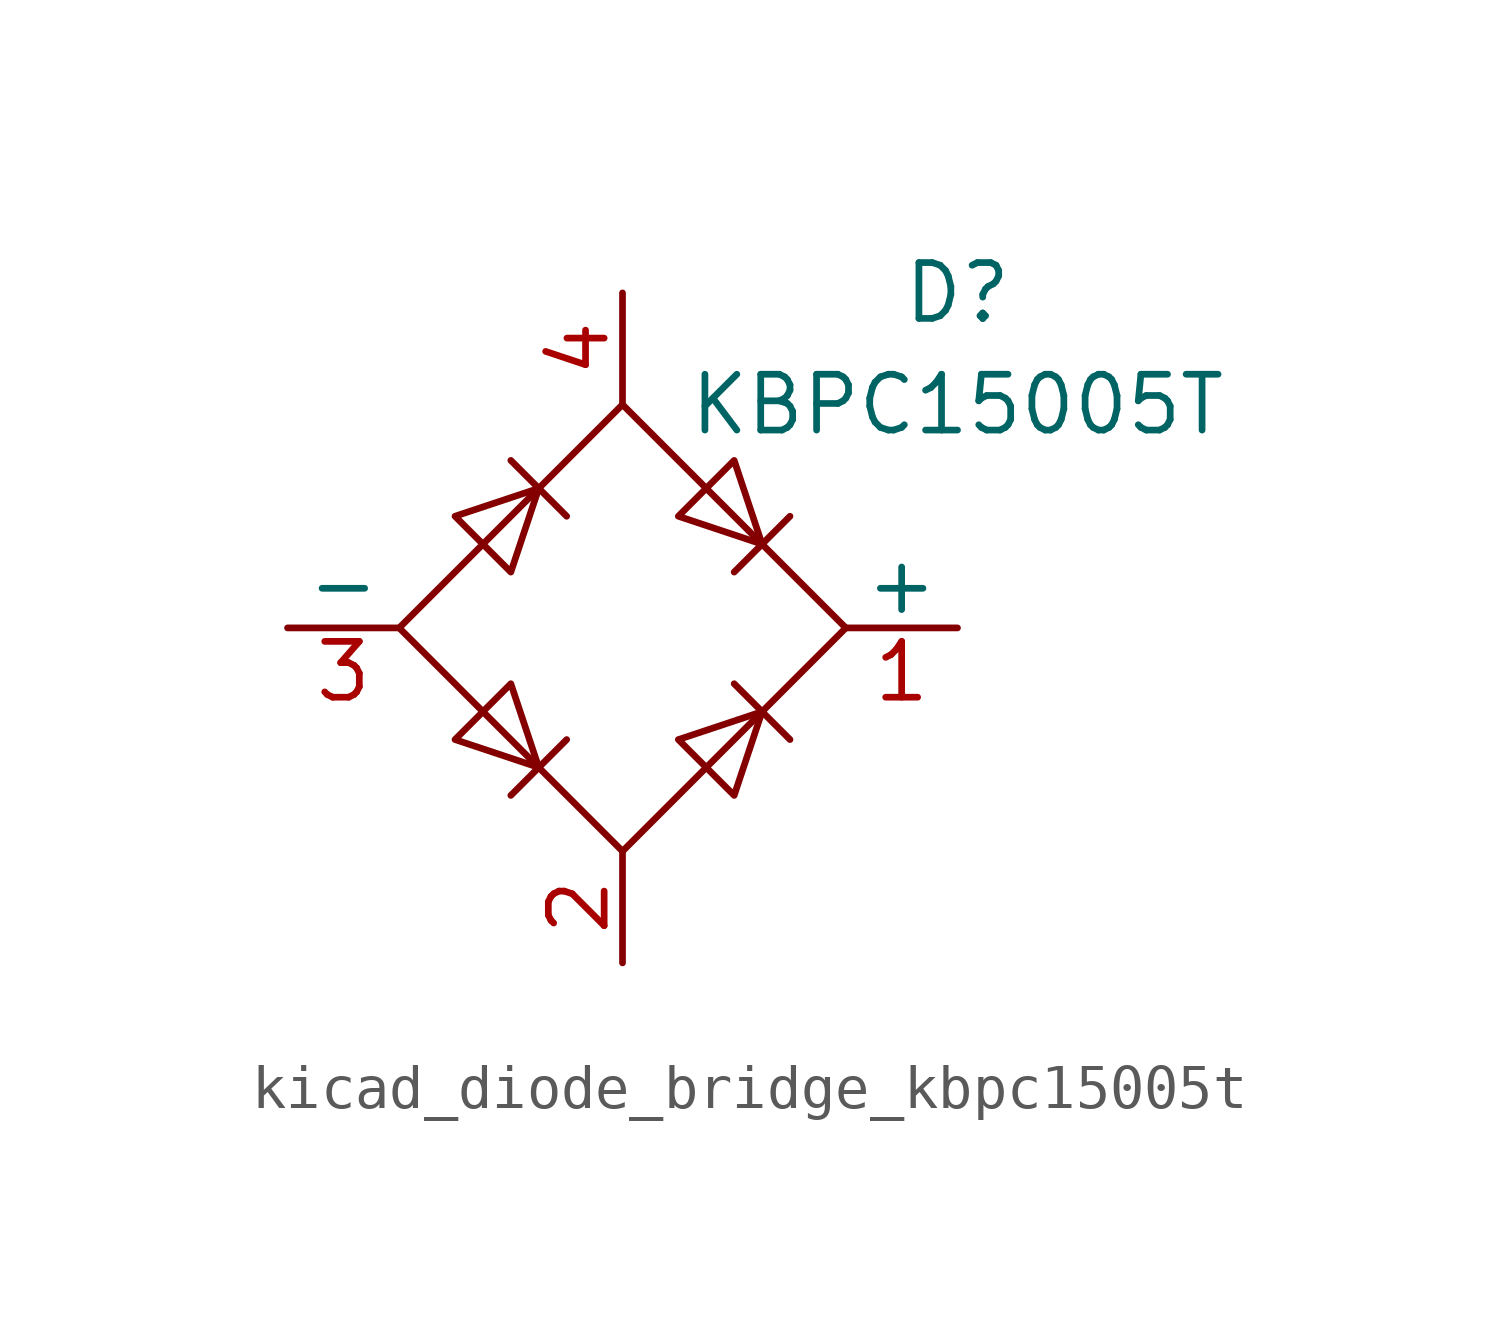
<source format=kicad_sym>
(kicad_symbol_lib
  (version 20220914)
  (generator kicad_symbol_editor)
  (symbol "kicad_diode_bridge_kbpc15005t"
    (pin_names
      (offset 0))
    (property "Reference" "D"
      (at 7.62 7.62 0)
      (effects (font (size 1.27 1.27))))
    (property "Value" "KBPC15005T"
      (at 7.62 5.08 0)
      (effects (font (size 1.27 1.27))))
    (symbol "kicad_diode_bridge_kbpc15005t_0_1"
      (polyline (pts (xy -2.54 3.81) (xy -1.27 2.54)) (stroke (width 0) (type default)) (fill (type none)))
      (polyline (pts (xy -1.27 -2.54) (xy -2.54 -3.81)) (stroke (width 0) (type default)) (fill (type none)))
      (polyline (pts (xy 2.54 -1.27) (xy 3.81 -2.54)) (stroke (width 0) (type default)) (fill (type none)))
      (polyline (pts (xy 2.54 1.27) (xy 3.81 2.54)) (stroke (width 0) (type default)) (fill (type none)))
      (polyline (pts (xy -3.81 2.54) (xy -2.54 1.27) (xy -1.905 3.175) (xy -3.81 2.54)) (stroke (width 0) (type default)) (fill (type none)))
      (polyline (pts (xy -2.54 -1.27) (xy -3.81 -2.54) (xy -1.905 -3.175) (xy -2.54 -1.27)) (stroke (width 0) (type default)) (fill (type none)))
      (polyline (pts (xy 1.27 2.54) (xy 2.54 3.81) (xy 3.175 1.905) (xy 1.27 2.54)) (stroke (width 0) (type default)) (fill (type none)))
      (polyline (pts (xy 3.175 -1.905) (xy 1.27 -2.54) (xy 2.54 -3.81) (xy 3.175 -1.905)) (stroke (width 0) (type default)) (fill (type none)))
      (polyline (pts (xy -5.08 0) (xy 0 -5.08) (xy 5.08 0) (xy 0 5.08) (xy -5.08 0)) (stroke (width 0) (type default)) (fill (type none))))
    (symbol "kicad_diode_bridge_kbpc15005t_1_1"
      (pin passive line (at 7.62 0 180) (length 2.54) (name "+" (effects (font (size 1.27 1.27)))) (number "1" (effects (font (size 1.27 1.27)))))
      (pin passive line (at 0 -7.62 90) (length 2.54) (name "~" (effects (font (size 1.27 1.27)))) (number "2" (effects (font (size 1.27 1.27)))))
      (pin passive line (at -7.62 0 0) (length 2.54) (name "-" (effects (font (size 1.27 1.27)))) (number "3" (effects (font (size 1.27 1.27)))))
      (pin passive line (at 0 7.62 270) (length 2.54) (name "~" (effects (font (size 1.27 1.27)))) (number "4" (effects (font (size 1.27 1.27))))))))
</source>
